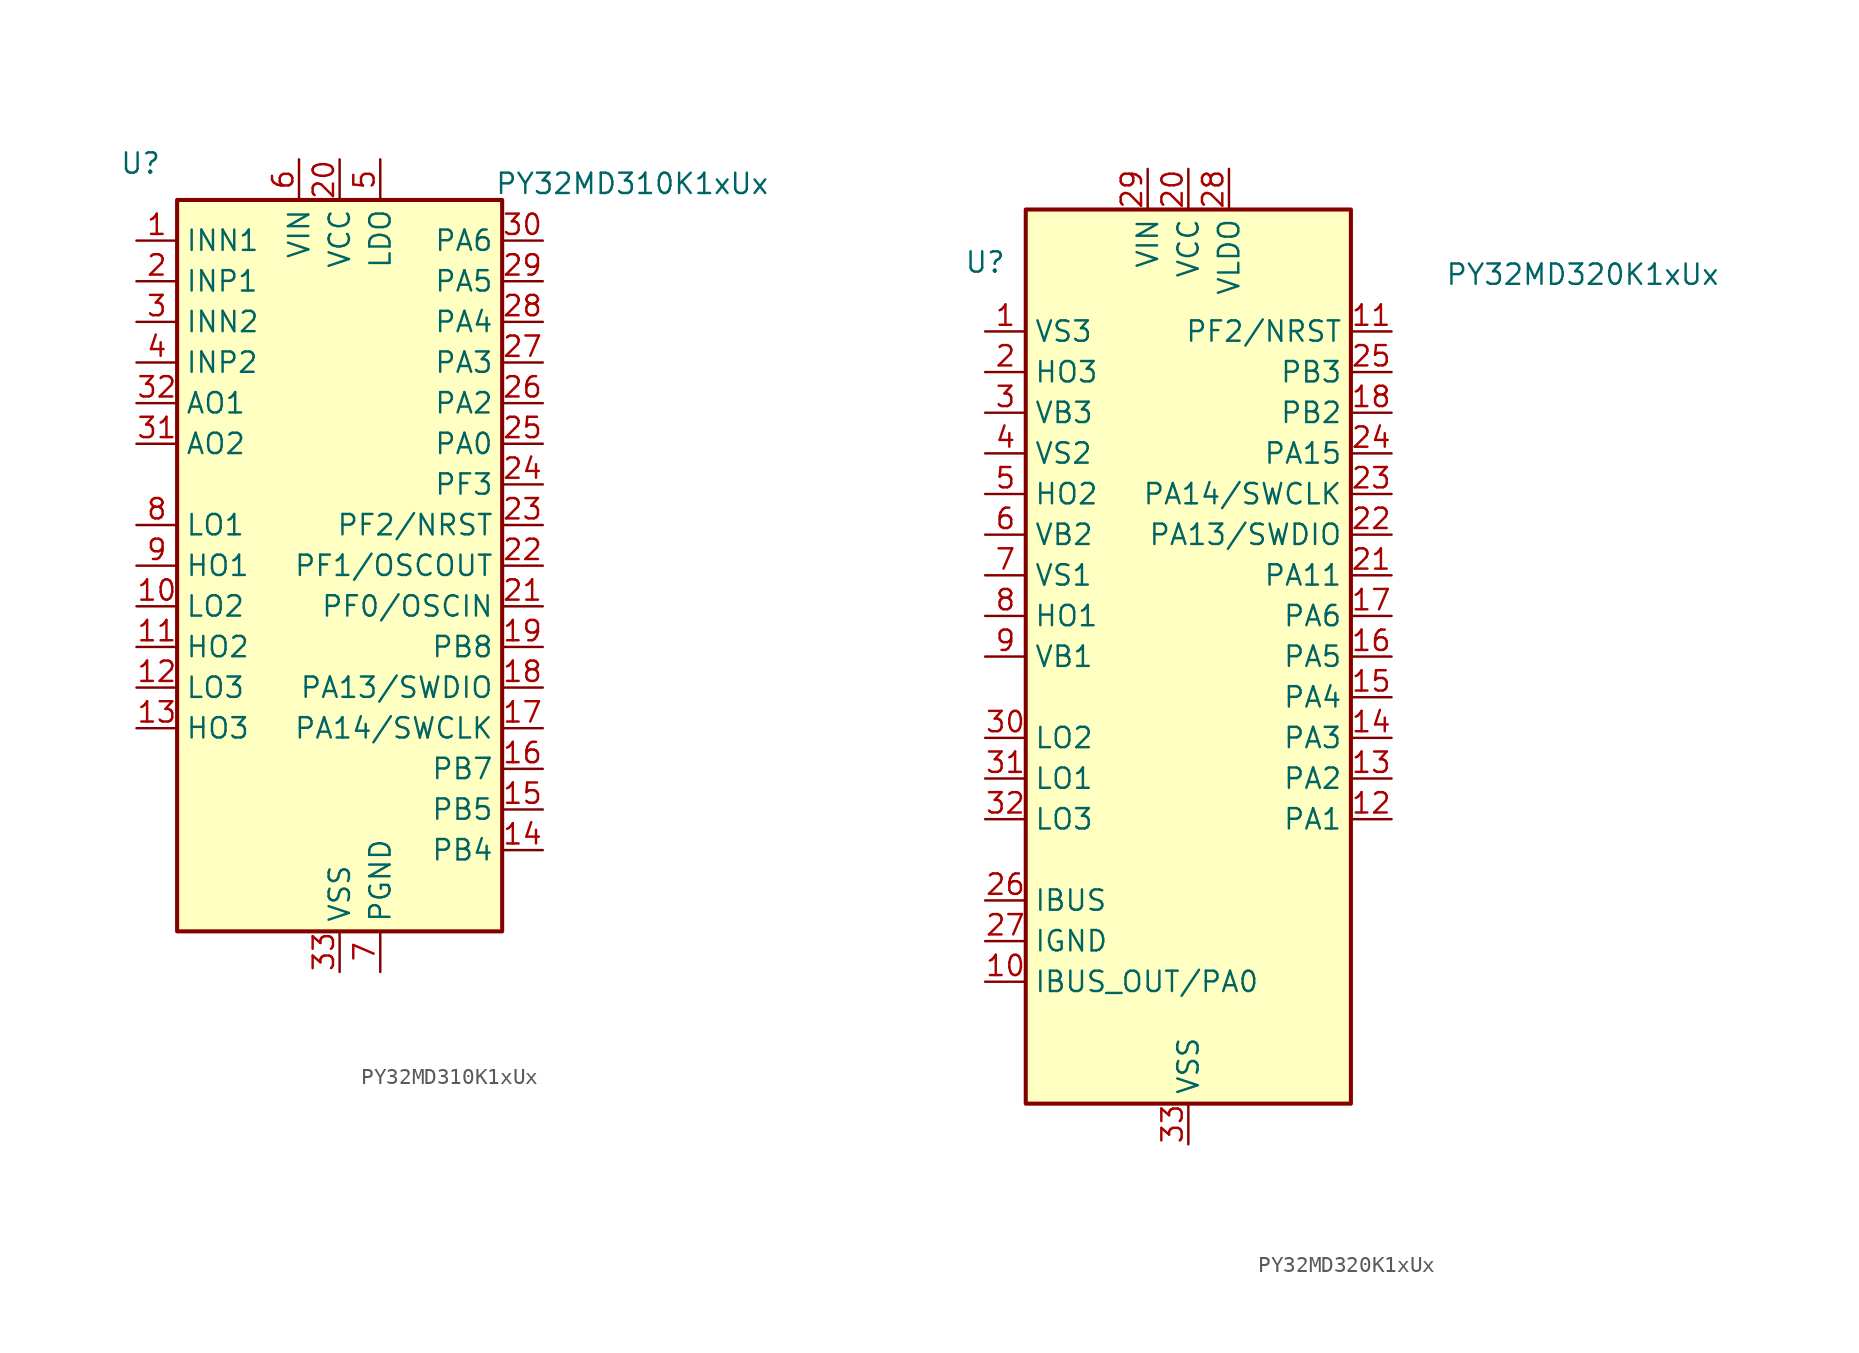
<source format=kicad_sym>
(kicad_symbol_lib
  (version 20231120)
  (generator "kicad_symbol_editor")
  (generator_version "8.0")
  (symbol "PY32MD310K1xUx"
    (property "Reference" "U"
      (at -12.446 25.146 0)
      (effects (font (size 1.27 1.27))))
    (property "Value" "PY32MD310K1xUx"
      (at 18.288 23.876 0)
      (effects (font (size 1.27 1.27))))
    (symbol "PY32MD310K1xUx_1_1"
      (rectangle (start -10.16 22.86) (end 10.16 -22.86) (stroke (width 0.254) (type default)) (fill (type background)))
      (pin bidirectional line (at -12.7 20.32 0) (length 2.54) (name "INN1" (effects (font (size 1.27 1.27)))) (number "1" (effects (font (size 1.27 1.27)))))
      (pin bidirectional line (at -12.7 -2.54 0) (length 2.54) (name "LO2" (effects (font (size 1.27 1.27)))) (number "10" (effects (font (size 1.27 1.27)))))
      (pin bidirectional line (at -12.7 -5.08 0) (length 2.54) (name "HO2" (effects (font (size 1.27 1.27)))) (number "11" (effects (font (size 1.27 1.27)))))
      (pin bidirectional line (at -12.7 -7.62 0) (length 2.54) (name "LO3" (effects (font (size 1.27 1.27)))) (number "12" (effects (font (size 1.27 1.27)))))
      (pin bidirectional line (at -12.7 -10.16 0) (length 2.54) (name "HO3" (effects (font (size 1.27 1.27)))) (number "13" (effects (font (size 1.27 1.27)))))
      (pin bidirectional line (at 12.7 -17.78 180) (length 2.54) (name "PB4" (effects (font (size 1.27 1.27)))) (number "14" (effects (font (size 1.27 1.27)))))
      (pin bidirectional line (at 12.7 -15.24 180) (length 2.54) (name "PB5" (effects (font (size 1.27 1.27)))) (number "15" (effects (font (size 1.27 1.27)))))
      (pin bidirectional line (at 12.7 -12.7 180) (length 2.54) (name "PB7" (effects (font (size 1.27 1.27)))) (number "16" (effects (font (size 1.27 1.27)))))
      (pin bidirectional line (at 12.7 -10.16 180) (length 2.54) (name "PA14/SWCLK" (effects (font (size 1.27 1.27)))) (number "17" (effects (font (size 1.27 1.27)))))
      (pin bidirectional line (at 12.7 -7.62 180) (length 2.54) (name "PA13/SWDIO" (effects (font (size 1.27 1.27)))) (number "18" (effects (font (size 1.27 1.27)))))
      (pin bidirectional line (at 12.7 -5.08 180) (length 2.54) (name "PB8" (effects (font (size 1.27 1.27)))) (number "19" (effects (font (size 1.27 1.27)))))
      (pin bidirectional line (at -12.7 17.78 0) (length 2.54) (name "INP1" (effects (font (size 1.27 1.27)))) (number "2" (effects (font (size 1.27 1.27)))))
      (pin power_in line (at 0 25.4 270) (length 2.54) (name "VCC" (effects (font (size 1.27 1.27)))) (number "20" (effects (font (size 1.27 1.27)))))
      (pin bidirectional line (at 12.7 -2.54 180) (length 2.54) (name "PF0/OSCIN" (effects (font (size 1.27 1.27)))) (number "21" (effects (font (size 1.27 1.27)))))
      (pin bidirectional line (at 12.7 0 180) (length 2.54) (name "PF1/OSCOUT" (effects (font (size 1.27 1.27)))) (number "22" (effects (font (size 1.27 1.27)))))
      (pin bidirectional line (at 12.7 2.54 180) (length 2.54) (name "PF2/NRST" (effects (font (size 1.27 1.27)))) (number "23" (effects (font (size 1.27 1.27)))))
      (pin bidirectional line (at 12.7 5.08 180) (length 2.54) (name "PF3" (effects (font (size 1.27 1.27)))) (number "24" (effects (font (size 1.27 1.27)))))
      (pin bidirectional line (at 12.7 7.62 180) (length 2.54) (name "PA0" (effects (font (size 1.27 1.27)))) (number "25" (effects (font (size 1.27 1.27)))))
      (pin bidirectional line (at 12.7 10.16 180) (length 2.54) (name "PA2" (effects (font (size 1.27 1.27)))) (number "26" (effects (font (size 1.27 1.27)))))
      (pin bidirectional line (at 12.7 12.7 180) (length 2.54) (name "PA3" (effects (font (size 1.27 1.27)))) (number "27" (effects (font (size 1.27 1.27)))))
      (pin bidirectional line (at 12.7 15.24 180) (length 2.54) (name "PA4" (effects (font (size 1.27 1.27)))) (number "28" (effects (font (size 1.27 1.27)))))
      (pin bidirectional line (at 12.7 17.78 180) (length 2.54) (name "PA5" (effects (font (size 1.27 1.27)))) (number "29" (effects (font (size 1.27 1.27)))))
      (pin bidirectional line (at -12.7 15.24 0) (length 2.54) (name "INN2" (effects (font (size 1.27 1.27)))) (number "3" (effects (font (size 1.27 1.27)))))
      (pin bidirectional line (at 12.7 20.32 180) (length 2.54) (name "PA6" (effects (font (size 1.27 1.27)))) (number "30" (effects (font (size 1.27 1.27)))))
      (pin bidirectional line (at -12.7 7.62 0) (length 2.54) (name "AO2" (effects (font (size 1.27 1.27)))) (number "31" (effects (font (size 1.27 1.27)))))
      (pin bidirectional line (at -12.7 10.16 0) (length 2.54) (name "AO1" (effects (font (size 1.27 1.27)))) (number "32" (effects (font (size 1.27 1.27)))))
      (pin power_in line (at 0 -25.4 90) (length 2.54) (name "VSS" (effects (font (size 1.27 1.27)))) (number "33" (effects (font (size 1.27 1.27)))))
      (pin bidirectional line (at -12.7 12.7 0) (length 2.54) (name "INP2" (effects (font (size 1.27 1.27)))) (number "4" (effects (font (size 1.27 1.27)))))
      (pin power_out line (at 2.54 25.4 270) (length 2.54) (name "LDO" (effects (font (size 1.27 1.27)))) (number "5" (effects (font (size 1.27 1.27)))))
      (pin power_in line (at -2.54 25.4 270) (length 2.54) (name "VIN" (effects (font (size 1.27 1.27)))) (number "6" (effects (font (size 1.27 1.27)))))
      (pin power_in line (at 2.54 -25.4 90) (length 2.54) (name "PGND" (effects (font (size 1.27 1.27)))) (number "7" (effects (font (size 1.27 1.27)))))
      (pin bidirectional line (at -12.7 2.54 0) (length 2.54) (name "LO1" (effects (font (size 1.27 1.27)))) (number "8" (effects (font (size 1.27 1.27)))))
      (pin bidirectional line (at -12.7 0 0) (length 2.54) (name "HO1" (effects (font (size 1.27 1.27)))) (number "9" (effects (font (size 1.27 1.27)))))))
  (symbol "PY32MD320K1xUx"
    (property "Reference" "U"
      (at -12.7 24.638 0)
      (effects (font (size 1.27 1.27))))
    (property "Value" "PY32MD320K1xUx"
      (at 24.638 23.876 0)
      (effects (font (size 1.27 1.27))))
    (symbol "PY32MD320K1xUx_1_1"
      (rectangle (start -10.16 27.94) (end 10.16 -27.94) (stroke (width 0.254) (type default)) (fill (type background)))
      (pin bidirectional line (at -12.7 20.32 0) (length 2.54) (name "VS3" (effects (font (size 1.27 1.27)))) (number "1" (effects (font (size 1.27 1.27)))))
      (pin bidirectional line (at -12.7 -20.32 0) (length 2.54) (name "IBUS_OUT/PA0" (effects (font (size 1.27 1.27)))) (number "10" (effects (font (size 1.27 1.27)))))
      (pin bidirectional line (at 12.7 20.32 180) (length 2.54) (name "PF2/NRST" (effects (font (size 1.27 1.27)))) (number "11" (effects (font (size 1.27 1.27)))))
      (pin bidirectional line (at 12.7 -10.16 180) (length 2.54) (name "PA1" (effects (font (size 1.27 1.27)))) (number "12" (effects (font (size 1.27 1.27)))))
      (pin bidirectional line (at 12.7 -7.62 180) (length 2.54) (name "PA2" (effects (font (size 1.27 1.27)))) (number "13" (effects (font (size 1.27 1.27)))))
      (pin bidirectional line (at 12.7 -5.08 180) (length 2.54) (name "PA3" (effects (font (size 1.27 1.27)))) (number "14" (effects (font (size 1.27 1.27)))))
      (pin bidirectional line (at 12.7 -2.54 180) (length 2.54) (name "PA4" (effects (font (size 1.27 1.27)))) (number "15" (effects (font (size 1.27 1.27)))))
      (pin bidirectional line (at 12.7 0 180) (length 2.54) (name "PA5" (effects (font (size 1.27 1.27)))) (number "16" (effects (font (size 1.27 1.27)))))
      (pin bidirectional line (at 12.7 2.54 180) (length 2.54) (name "PA6" (effects (font (size 1.27 1.27)))) (number "17" (effects (font (size 1.27 1.27)))))
      (pin bidirectional line (at 12.7 15.24 180) (length 2.54) (name "PB2" (effects (font (size 1.27 1.27)))) (number "18" (effects (font (size 1.27 1.27)))))
      (pin no_connect line (at -12.7 -22.86 0) (length 2.54) hide (name "NC" (effects (font (size 1.27 1.27)))) (number "19" (effects (font (size 1.27 1.27)))))
      (pin bidirectional line (at -12.7 17.78 0) (length 2.54) (name "HO3" (effects (font (size 1.27 1.27)))) (number "2" (effects (font (size 1.27 1.27)))))
      (pin power_in line (at 0 30.48 270) (length 2.54) (name "VCC" (effects (font (size 1.27 1.27)))) (number "20" (effects (font (size 1.27 1.27)))))
      (pin bidirectional line (at 12.7 5.08 180) (length 2.54) (name "PA11" (effects (font (size 1.27 1.27)))) (number "21" (effects (font (size 1.27 1.27)))))
      (pin bidirectional line (at 12.7 7.62 180) (length 2.54) (name "PA13/SWDIO" (effects (font (size 1.27 1.27)))) (number "22" (effects (font (size 1.27 1.27)))))
      (pin bidirectional line (at 12.7 10.16 180) (length 2.54) (name "PA14/SWCLK" (effects (font (size 1.27 1.27)))) (number "23" (effects (font (size 1.27 1.27)))))
      (pin bidirectional line (at 12.7 12.7 180) (length 2.54) (name "PA15" (effects (font (size 1.27 1.27)))) (number "24" (effects (font (size 1.27 1.27)))))
      (pin bidirectional line (at 12.7 17.78 180) (length 2.54) (name "PB3" (effects (font (size 1.27 1.27)))) (number "25" (effects (font (size 1.27 1.27)))))
      (pin bidirectional line (at -12.7 -15.24 0) (length 2.54) (name "IBUS" (effects (font (size 1.27 1.27)))) (number "26" (effects (font (size 1.27 1.27)))))
      (pin bidirectional line (at -12.7 -17.78 0) (length 2.54) (name "IGND" (effects (font (size 1.27 1.27)))) (number "27" (effects (font (size 1.27 1.27)))))
      (pin power_out line (at 2.54 30.48 270) (length 2.54) (name "VLDO" (effects (font (size 1.27 1.27)))) (number "28" (effects (font (size 1.27 1.27)))))
      (pin power_in line (at -2.54 30.48 270) (length 2.54) (name "VIN" (effects (font (size 1.27 1.27)))) (number "29" (effects (font (size 1.27 1.27)))))
      (pin bidirectional line (at -12.7 15.24 0) (length 2.54) (name "VB3" (effects (font (size 1.27 1.27)))) (number "3" (effects (font (size 1.27 1.27)))))
      (pin bidirectional line (at -12.7 -5.08 0) (length 2.54) (name "LO2" (effects (font (size 1.27 1.27)))) (number "30" (effects (font (size 1.27 1.27)))))
      (pin bidirectional line (at -12.7 -7.62 0) (length 2.54) (name "LO1" (effects (font (size 1.27 1.27)))) (number "31" (effects (font (size 1.27 1.27)))))
      (pin bidirectional line (at -12.7 -10.16 0) (length 2.54) (name "LO3" (effects (font (size 1.27 1.27)))) (number "32" (effects (font (size 1.27 1.27)))))
      (pin power_in line (at 0 -30.48 90) (length 2.54) (name "VSS" (effects (font (size 1.27 1.27)))) (number "33" (effects (font (size 1.27 1.27)))))
      (pin bidirectional line (at -12.7 12.7 0) (length 2.54) (name "VS2" (effects (font (size 1.27 1.27)))) (number "4" (effects (font (size 1.27 1.27)))))
      (pin bidirectional line (at -12.7 10.16 0) (length 2.54) (name "HO2" (effects (font (size 1.27 1.27)))) (number "5" (effects (font (size 1.27 1.27)))))
      (pin bidirectional line (at -12.7 7.62 0) (length 2.54) (name "VB2" (effects (font (size 1.27 1.27)))) (number "6" (effects (font (size 1.27 1.27)))))
      (pin bidirectional line (at -12.7 5.08 0) (length 2.54) (name "VS1" (effects (font (size 1.27 1.27)))) (number "7" (effects (font (size 1.27 1.27)))))
      (pin bidirectional line (at -12.7 2.54 0) (length 2.54) (name "HO1" (effects (font (size 1.27 1.27)))) (number "8" (effects (font (size 1.27 1.27)))))
      (pin bidirectional line (at -12.7 0 0) (length 2.54) (name "VB1" (effects (font (size 1.27 1.27)))) (number "9" (effects (font (size 1.27 1.27))))))))
</source>
